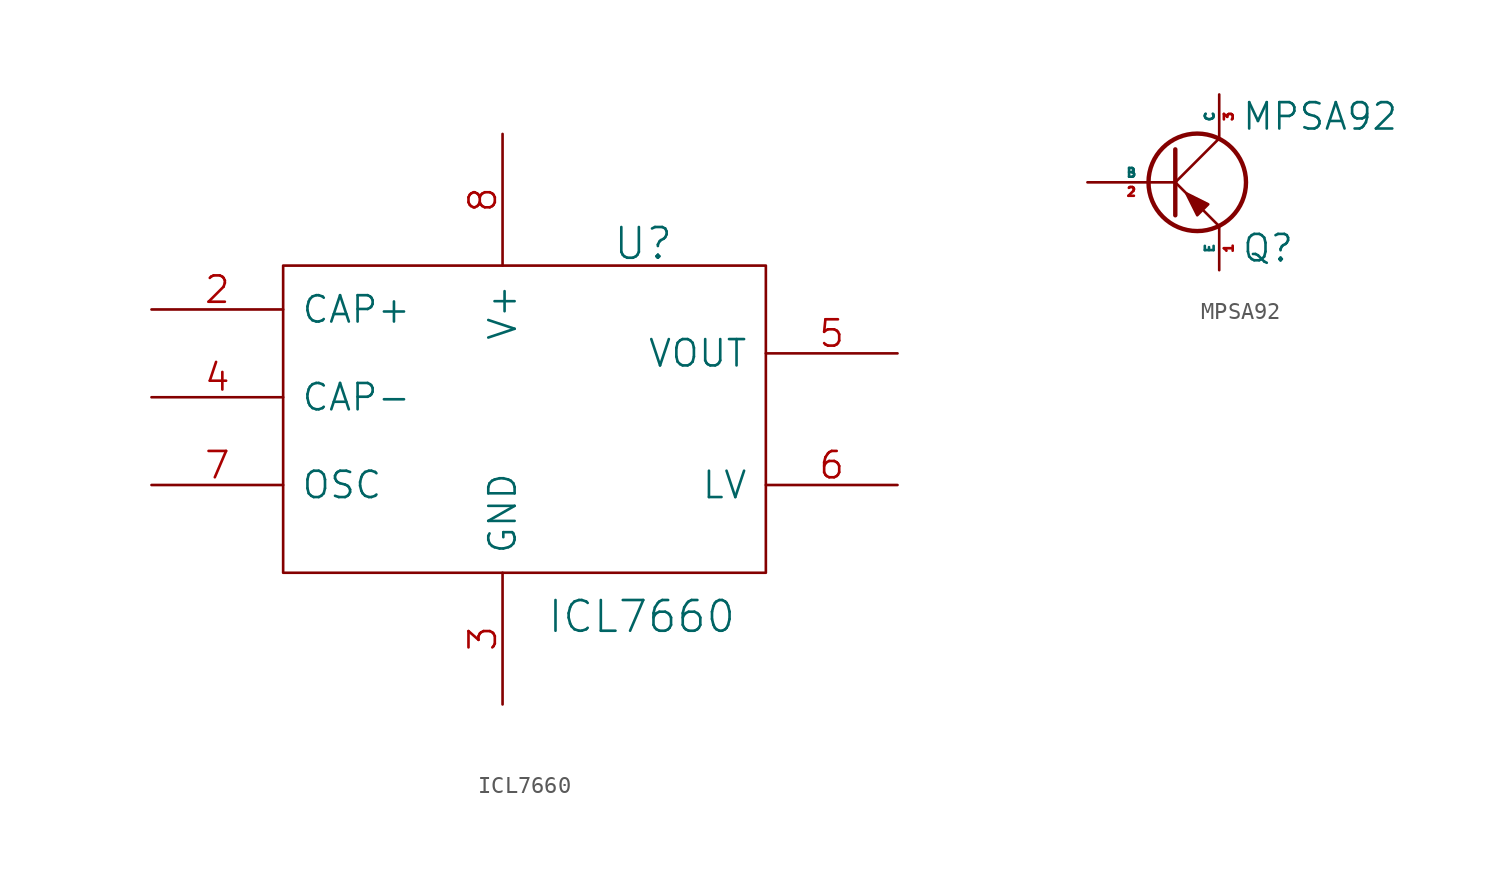
<source format=kicad_sym>
(kicad_symbol_lib
  (version 20220914)
  (generator kicad_symbol_editor)
  (symbol "ICL7660"
    (pin_names
      (offset 1.016))
    (property "Reference" "U"
      (at 5.08 10.16 0)
      (effects (font (size 1.778 1.778)) (justify left)))
    (property "Value" "ICL7660"
      (at 1.27 -11.43 0)
      (effects (font (size 1.778 1.778)) (justify left)))
    (property "Footprint" ""
      (at 0 0 0)
      (effects (font (size 1.524 1.524))))
    (property "Datasheet" ""
      (at 0 0 0)
      (effects (font (size 1.524 1.524))))
    (symbol "ICL7660_0_1"
      (rectangle (start -13.97 -8.89) (end 13.97 8.89) (stroke (width 0) (type default)) (fill (type none))))
    (symbol "ICL7660_1_1"
      (pin input line (at -21.59 6.35 0) (length 7.62) (name "CAP+" (effects (font (size 1.524 1.524)))) (number "2" (effects (font (size 1.524 1.524)))))
      (pin power_in line (at -1.27 -16.51 90) (length 7.62) (name "GND" (effects (font (size 1.524 1.524)))) (number "3" (effects (font (size 1.524 1.524)))))
      (pin input line (at -21.59 1.27 0) (length 7.62) (name "CAP-" (effects (font (size 1.524 1.524)))) (number "4" (effects (font (size 1.524 1.524)))))
      (pin power_out line (at 21.59 3.81 180) (length 7.62) (name "VOUT" (effects (font (size 1.524 1.524)))) (number "5" (effects (font (size 1.524 1.524)))))
      (pin input line (at 21.59 -3.81 180) (length 7.62) (name "LV" (effects (font (size 1.524 1.524)))) (number "6" (effects (font (size 1.524 1.524)))))
      (pin input line (at -21.59 -3.81 0) (length 7.62) (name "OSC" (effects (font (size 1.524 1.524)))) (number "7" (effects (font (size 1.524 1.524)))))
      (pin power_in line (at -1.27 16.51 270) (length 7.62) (name "V+" (effects (font (size 1.524 1.524)))) (number "8" (effects (font (size 1.524 1.524)))))))
  (symbol "MPSA92"
    (pin_names
      (offset 0))
    (property "Reference" "Q"
      (at 3.81 -3.81 0)
      (effects (font (size 1.524 1.524)) (justify left)))
    (property "Value" "MPSA92"
      (at 3.81 3.81 0)
      (effects (font (size 1.524 1.524)) (justify left)))
    (property "Datasheet" ""
      (at 0 0 0)
      (effects (font (size 1.524 1.524))))
    (symbol "MPSA92_0_1"
      (polyline (pts (xy 0 0) (xy 2.54 2.54)) (stroke (width 0) (type default)) (fill (type none)))
      (polyline (pts (xy 0 1.905) (xy 0 -1.905) (xy 0 -1.905)) (stroke (width 0.254) (type default)) (fill (type outline)))
      (polyline (pts (xy 0.635 -0.635) (xy 0 0) (xy 0 0)) (stroke (width 0) (type default)) (fill (type none)))
      (polyline (pts (xy 2.54 -2.54) (xy 1.651 -1.651) (xy 1.651 -1.651)) (stroke (width 0) (type default)) (fill (type none)))
      (polyline (pts (xy 0.635 -0.635) (xy 1.27 -1.905) (xy 1.905 -1.27) (xy 0.635 -0.635) (xy 0.635 -0.635)) (stroke (width 0) (type default)) (fill (type outline)))
      (circle (center 1.27 0) (radius 2.819) (stroke (width 0.254) (type default)) (fill (type none))))
    (symbol "MPSA92_1_1"
      (pin passive line (at 2.54 -5.08 90) (length 2.54) (name "E" (effects (font (size 0.508 0.508)))) (number "1" (effects (font (size 0.508 0.508)))))
      (pin input line (at -5.08 0 0) (length 5.08) (name "B" (effects (font (size 0.508 0.508)))) (number "2" (effects (font (size 0.508 0.508)))))
      (pin passive line (at 2.54 5.08 270) (length 2.54) (name "C" (effects (font (size 0.508 0.508)))) (number "3" (effects (font (size 0.508 0.508))))))))
</source>
